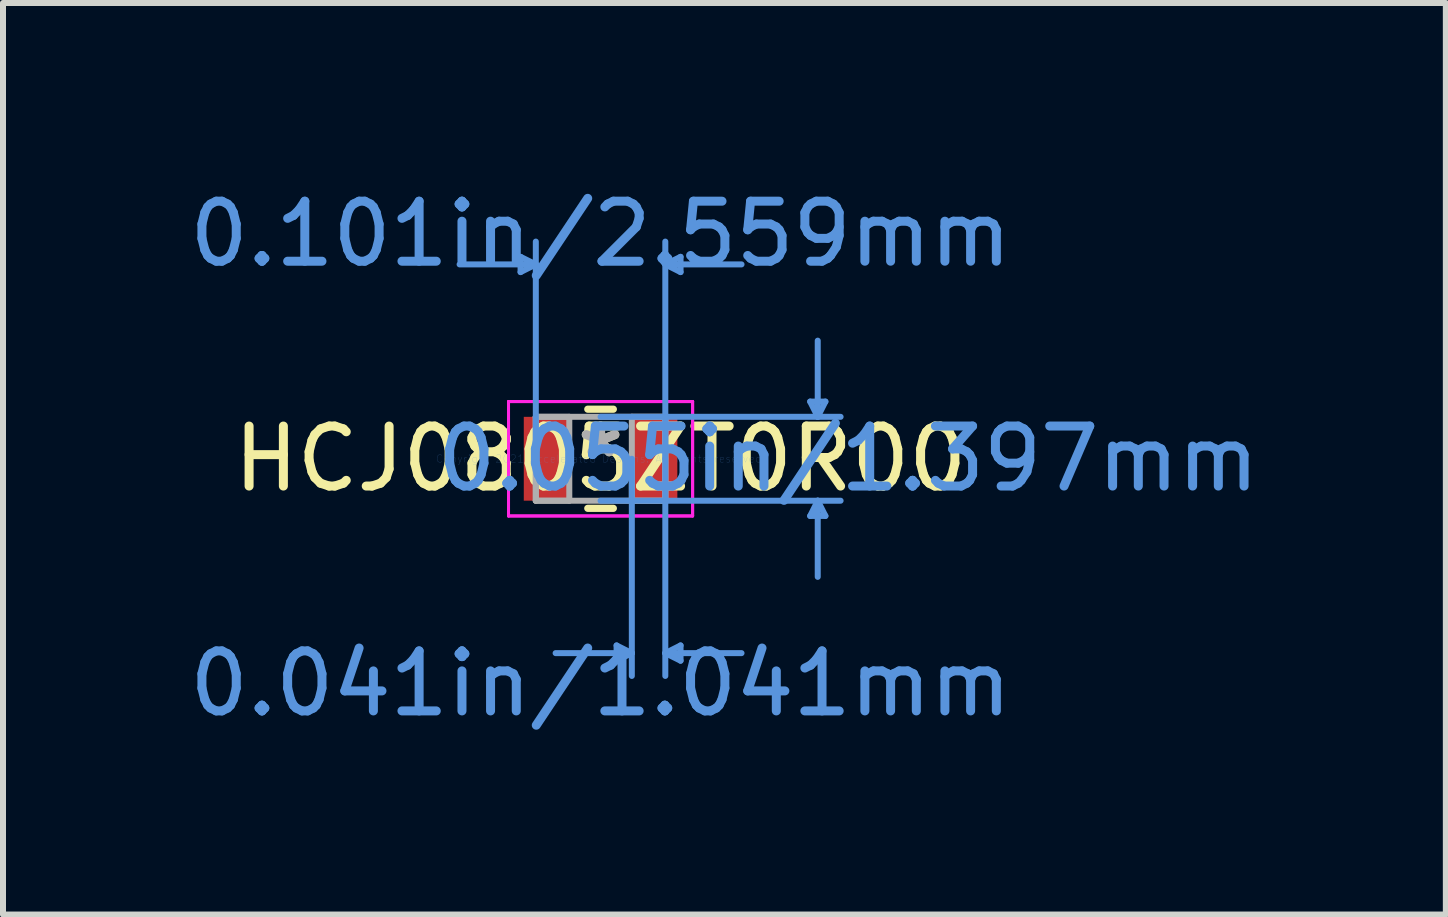
<source format=kicad_pcb>
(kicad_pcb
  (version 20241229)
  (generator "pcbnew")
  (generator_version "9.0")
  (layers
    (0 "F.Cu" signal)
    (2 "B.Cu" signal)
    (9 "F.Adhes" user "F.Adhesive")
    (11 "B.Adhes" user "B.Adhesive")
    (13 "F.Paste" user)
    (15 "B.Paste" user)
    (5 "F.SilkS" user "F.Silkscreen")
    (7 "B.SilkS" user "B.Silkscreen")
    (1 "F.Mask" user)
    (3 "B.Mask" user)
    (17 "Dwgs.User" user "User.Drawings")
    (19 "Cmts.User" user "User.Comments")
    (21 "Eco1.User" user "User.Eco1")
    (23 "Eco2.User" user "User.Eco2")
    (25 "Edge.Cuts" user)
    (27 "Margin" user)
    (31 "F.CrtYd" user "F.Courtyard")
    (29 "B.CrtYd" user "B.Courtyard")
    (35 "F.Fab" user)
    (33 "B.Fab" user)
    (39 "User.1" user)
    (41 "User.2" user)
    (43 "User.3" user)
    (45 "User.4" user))
  (footprint "HCJ0805ZT0R00"
    (layer "F.Cu")
    (at 6.958 4.595)
    (property "Reference" "HCJ0805ZT0R00" (at 0 0 0) (layer "F.SilkS") (effects (font (size 1 1) (thickness 0.15))))
    (attr through_hole)
    (fp_line (start -0.213 0.826) (end 0.213 0.826) (stroke (width 0.12) (type solid)) (layer "F.SilkS"))
    (fp_line (start 0.213 -0.826) (end -0.213 -0.826) (stroke (width 0.12) (type solid)) (layer "F.SilkS"))
    (fp_line (start -1.333 -3.365) (end -1.333 -3.111) (stroke (width 0.1) (type solid)) (layer "Cmts.User"))
    (fp_line (start -1.079 -3.239) (end -2.349 -3.239) (stroke (width 0.1) (type solid)) (layer "Cmts.User"))
    (fp_line (start -1.079 -3.239) (end -1.333 -3.365) (stroke (width 0.1) (type solid)) (layer "Cmts.User"))
    (fp_line (start -1.079 -3.239) (end -1.333 -3.111) (stroke (width 0.1) (type solid)) (layer "Cmts.User"))
    (fp_line (start -1.079 0) (end -1.079 -3.619) (stroke (width 0.1) (type solid)) (layer "Cmts.User"))
    (fp_line (start 0 -0.699) (end 4 -0.699) (stroke (width 0.1) (type solid)) (layer "Cmts.User"))
    (fp_line (start 0 0.699) (end 4 0.699) (stroke (width 0.1) (type solid)) (layer "Cmts.User"))
    (fp_line (start 0.267 3.111) (end 0.267 3.365) (stroke (width 0.1) (type solid)) (layer "Cmts.User"))
    (fp_line (start 0.521 0) (end 0.521 3.619) (stroke (width 0.1) (type solid)) (layer "Cmts.User"))
    (fp_line (start 0.521 3.239) (end -0.749 3.239) (stroke (width 0.1) (type solid)) (layer "Cmts.User"))
    (fp_line (start 0.521 3.239) (end 0.267 3.111) (stroke (width 0.1) (type solid)) (layer "Cmts.User"))
    (fp_line (start 0.521 3.239) (end 0.267 3.365) (stroke (width 0.1) (type solid)) (layer "Cmts.User"))
    (fp_line (start 1.079 -3.239) (end 1.333 -3.365) (stroke (width 0.1) (type solid)) (layer "Cmts.User"))
    (fp_line (start 1.079 -3.239) (end 1.333 -3.111) (stroke (width 0.1) (type solid)) (layer "Cmts.User"))
    (fp_line (start 1.079 -3.239) (end 2.349 -3.239) (stroke (width 0.1) (type solid)) (layer "Cmts.User"))
    (fp_line (start 1.079 0) (end 1.079 -3.619) (stroke (width 0.1) (type solid)) (layer "Cmts.User"))
    (fp_line (start 1.079 0) (end 1.079 3.619) (stroke (width 0.1) (type solid)) (layer "Cmts.User"))
    (fp_line (start 1.079 3.239) (end 1.333 3.111) (stroke (width 0.1) (type solid)) (layer "Cmts.User"))
    (fp_line (start 1.079 3.239) (end 1.333 3.365) (stroke (width 0.1) (type solid)) (layer "Cmts.User"))
    (fp_line (start 1.079 3.239) (end 2.349 3.239) (stroke (width 0.1) (type solid)) (layer "Cmts.User"))
    (fp_line (start 1.333 -3.365) (end 1.333 -3.111) (stroke (width 0.1) (type solid)) (layer "Cmts.User"))
    (fp_line (start 1.333 3.111) (end 1.333 3.365) (stroke (width 0.1) (type solid)) (layer "Cmts.User"))
    (fp_line (start 3.493 -0.953) (end 3.747 -0.953) (stroke (width 0.1) (type solid)) (layer "Cmts.User"))
    (fp_line (start 3.493 0.953) (end 3.747 0.953) (stroke (width 0.1) (type solid)) (layer "Cmts.User"))
    (fp_line (start 3.619 -0.699) (end 3.493 -0.953) (stroke (width 0.1) (type solid)) (layer "Cmts.User"))
    (fp_line (start 3.619 -0.699) (end 3.619 -1.968) (stroke (width 0.1) (type solid)) (layer "Cmts.User"))
    (fp_line (start 3.619 -0.699) (end 3.747 -0.953) (stroke (width 0.1) (type solid)) (layer "Cmts.User"))
    (fp_line (start 3.619 0.699) (end 3.493 0.953) (stroke (width 0.1) (type solid)) (layer "Cmts.User"))
    (fp_line (start 3.619 0.699) (end 3.619 1.968) (stroke (width 0.1) (type solid)) (layer "Cmts.User"))
    (fp_line (start 3.619 0.699) (end 3.747 0.953) (stroke (width 0.1) (type solid)) (layer "Cmts.User"))
    (fp_line (start -1.534 -0.953) (end 1.534 -0.953) (stroke (width 0.05) (type solid)) (layer "F.CrtYd"))
    (fp_line (start -1.534 -0.953) (end 1.534 -0.953) (stroke (width 0.05) (type solid)) (layer "F.CrtYd"))
    (fp_line (start -1.534 0.953) (end -1.534 -0.953) (stroke (width 0.05) (type solid)) (layer "F.CrtYd"))
    (fp_line (start -1.534 0.953) (end -1.534 -0.953) (stroke (width 0.05) (type solid)) (layer "F.CrtYd"))
    (fp_line (start 1.534 -0.953) (end 1.534 0.953) (stroke (width 0.05) (type solid)) (layer "F.CrtYd"))
    (fp_line (start 1.534 -0.953) (end 1.534 0.953) (stroke (width 0.05) (type solid)) (layer "F.CrtYd"))
    (fp_line (start 1.534 0.953) (end -1.534 0.953) (stroke (width 0.05) (type solid)) (layer "F.CrtYd"))
    (fp_line (start 1.534 0.953) (end -1.534 0.953) (stroke (width 0.05) (type solid)) (layer "F.CrtYd"))
    (fp_line (start -1.079 -0.699) (end -1.079 0.699) (stroke (width 0.1) (type solid)) (layer "F.Fab"))
    (fp_line (start -1.079 -0.699) (end -1.079 0.699) (stroke (width 0.1) (type solid)) (layer "F.Fab"))
    (fp_line (start -1.079 0.699) (end -0.521 0.699) (stroke (width 0.1) (type solid)) (layer "F.Fab"))
    (fp_line (start -1.079 0.699) (end 1.079 0.699) (stroke (width 0.1) (type solid)) (layer "F.Fab"))
    (fp_line (start -0.521 -0.699) (end -1.079 -0.699) (stroke (width 0.1) (type solid)) (layer "F.Fab"))
    (fp_line (start -0.521 0.699) (end -0.521 -0.699) (stroke (width 0.1) (type solid)) (layer "F.Fab"))
    (fp_line (start 0.521 -0.699) (end 0.521 0.699) (stroke (width 0.1) (type solid)) (layer "F.Fab"))
    (fp_line (start 0.521 0.699) (end 1.079 0.699) (stroke (width 0.1) (type solid)) (layer "F.Fab"))
    (fp_line (start 1.079 -0.699) (end -1.079 -0.699) (stroke (width 0.1) (type solid)) (layer "F.Fab"))
    (fp_line (start 1.079 -0.699) (end 0.521 -0.699) (stroke (width 0.1) (type solid)) (layer "F.Fab"))
    (fp_line (start 1.079 0.699) (end 1.079 -0.699) (stroke (width 0.1) (type solid)) (layer "F.Fab"))
    (fp_line (start 1.079 0.699) (end 1.079 -0.699) (stroke (width 0.1) (type solid)) (layer "F.Fab"))
    (fp_text user "*" (at 0 0 0) (layer "F.SilkS") (effects (font (size 1 1) (thickness 0.15))))
    (fp_text user "0.101in/2.559mm" (at 0 -3.747 0) (layer "Cmts.User") (effects (font (size 1 1) (thickness 0.15))))
    (fp_text user "Copyright 2021 Accelerated Designs. All rights reserved." (at 0 0 0) (layer "Cmts.User") (effects (font (size 0.127 0.127) (thickness 0.002))))
    (fp_text user "0.055in/1.397mm" (at 4.128 0 0) (layer "Cmts.User") (effects (font (size 1 1) (thickness 0.15))))
    (fp_text user "0.041in/1.041mm" (at 0 3.747 0) (layer "Cmts.User") (effects (font (size 1 1) (thickness 0.15))))
    (fp_text user "*" (at 0 0 0) (layer "F.Fab") (effects (font (size 1 1) (thickness 0.15))))
    (pad "1" smd rect (at -0.9 0) (size 0.759 1.397) (layers "F.Cu" "F.Mask" "F.Paste"))
    (pad "2" smd rect (at 0.9 0) (size 0.759 1.397) (layers "F.Cu" "F.Mask" "F.Paste")))
  (gr_rect
    (start -3 -3)
    (end 21.044 12.19)
    (stroke (width 0.1) (type default))
    (fill no)
    (layer "Edge.Cuts")))
</source>
